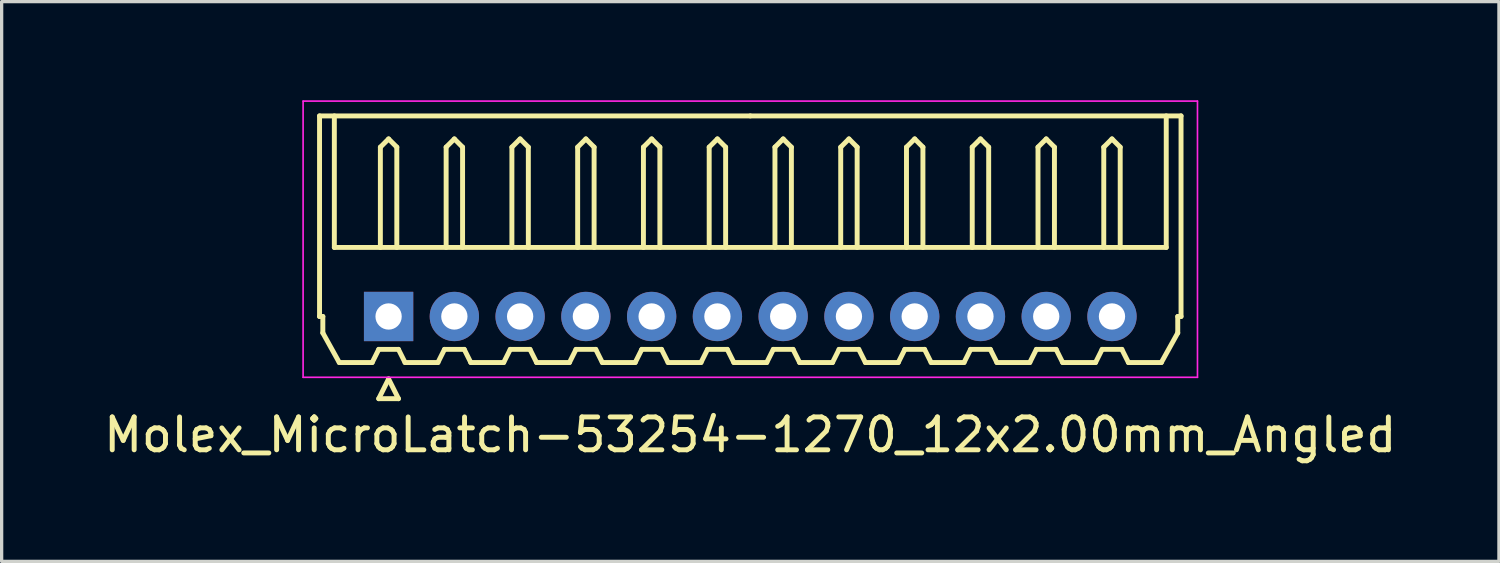
<source format=kicad_pcb>
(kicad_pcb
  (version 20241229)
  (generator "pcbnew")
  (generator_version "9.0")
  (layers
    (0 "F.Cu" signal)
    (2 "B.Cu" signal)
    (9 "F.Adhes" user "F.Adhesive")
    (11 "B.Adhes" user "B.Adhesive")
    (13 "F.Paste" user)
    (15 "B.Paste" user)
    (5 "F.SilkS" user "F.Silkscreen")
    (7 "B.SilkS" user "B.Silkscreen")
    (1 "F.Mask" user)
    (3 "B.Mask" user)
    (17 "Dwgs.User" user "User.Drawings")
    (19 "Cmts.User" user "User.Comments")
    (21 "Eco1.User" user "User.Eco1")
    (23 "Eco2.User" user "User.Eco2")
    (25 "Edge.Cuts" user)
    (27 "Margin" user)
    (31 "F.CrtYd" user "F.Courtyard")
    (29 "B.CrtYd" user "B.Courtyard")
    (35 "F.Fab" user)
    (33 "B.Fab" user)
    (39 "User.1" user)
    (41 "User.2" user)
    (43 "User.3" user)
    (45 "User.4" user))
  (footprint "Molex_MicroLatch-53254-1270_12x2.00mm_Angled"
    (layer "F.Cu")
    (at 8.768 6.575)
    (property "Reference" "Molex_MicroLatch-53254-1270_12x2.00mm_Angled" (at 11 3.6 0) (layer "F.SilkS") (effects (font (size 1 1) (thickness 0.15))))
    (attr through_hole)
    (fp_line (start -2.1 -6.1) (end 11 -6.1) (stroke (width 0.15) (type solid)) (layer "F.SilkS"))
    (fp_line (start -2.1 0) (end -2.1 -6.1) (stroke (width 0.15) (type solid)) (layer "F.SilkS"))
    (fp_line (start -2 0) (end -2.1 0) (stroke (width 0.15) (type solid)) (layer "F.SilkS"))
    (fp_line (start -2 0.5) (end -2 0) (stroke (width 0.15) (type solid)) (layer "F.SilkS"))
    (fp_line (start -1.65 -6.1) (end -1.65 -2.1) (stroke (width 0.15) (type solid)) (layer "F.SilkS"))
    (fp_line (start -1.65 -2.1) (end 23.65 -2.1) (stroke (width 0.15) (type solid)) (layer "F.SilkS"))
    (fp_line (start -1.5 1.4) (end -2 0.5) (stroke (width 0.15) (type solid)) (layer "F.SilkS"))
    (fp_line (start -0.5 1.4) (end -1.5 1.4) (stroke (width 0.15) (type solid)) (layer "F.SilkS"))
    (fp_line (start -0.3 1) (end -0.5 1.4) (stroke (width 0.15) (type solid)) (layer "F.SilkS"))
    (fp_line (start -0.3 1) (end 0.3 1) (stroke (width 0.15) (type solid)) (layer "F.SilkS"))
    (fp_line (start -0.3 2.5) (end 0.3 2.5) (stroke (width 0.15) (type solid)) (layer "F.SilkS"))
    (fp_line (start -0.25 -5.15) (end 0 -5.4) (stroke (width 0.15) (type solid)) (layer "F.SilkS"))
    (fp_line (start -0.25 -2.1) (end -0.25 -5.15) (stroke (width 0.15) (type solid)) (layer "F.SilkS"))
    (fp_line (start 0 -5.4) (end 0.25 -5.15) (stroke (width 0.15) (type solid)) (layer "F.SilkS"))
    (fp_line (start 0 1.9) (end -0.3 2.5) (stroke (width 0.15) (type solid)) (layer "F.SilkS"))
    (fp_line (start 0.25 -5.15) (end 0.25 -2.1) (stroke (width 0.15) (type solid)) (layer "F.SilkS"))
    (fp_line (start 0.3 1) (end 0.5 1.4) (stroke (width 0.15) (type solid)) (layer "F.SilkS"))
    (fp_line (start 0.3 2.5) (end 0 1.9) (stroke (width 0.15) (type solid)) (layer "F.SilkS"))
    (fp_line (start 0.5 1.4) (end 1.5 1.4) (stroke (width 0.15) (type solid)) (layer "F.SilkS"))
    (fp_line (start 1.5 1.4) (end 1.7 1) (stroke (width 0.15) (type solid)) (layer "F.SilkS"))
    (fp_line (start 1.7 1) (end 2.3 1) (stroke (width 0.15) (type solid)) (layer "F.SilkS"))
    (fp_line (start 1.75 -5.15) (end 2 -5.4) (stroke (width 0.15) (type solid)) (layer "F.SilkS"))
    (fp_line (start 1.75 -2.1) (end 1.75 -5.15) (stroke (width 0.15) (type solid)) (layer "F.SilkS"))
    (fp_line (start 2 -5.4) (end 2.25 -5.15) (stroke (width 0.15) (type solid)) (layer "F.SilkS"))
    (fp_line (start 2.25 -5.15) (end 2.25 -2.1) (stroke (width 0.15) (type solid)) (layer "F.SilkS"))
    (fp_line (start 2.3 1) (end 2.5 1.4) (stroke (width 0.15) (type solid)) (layer "F.SilkS"))
    (fp_line (start 2.5 1.4) (end 3.5 1.4) (stroke (width 0.15) (type solid)) (layer "F.SilkS"))
    (fp_line (start 3.5 1.4) (end 3.7 1) (stroke (width 0.15) (type solid)) (layer "F.SilkS"))
    (fp_line (start 3.7 1) (end 4.3 1) (stroke (width 0.15) (type solid)) (layer "F.SilkS"))
    (fp_line (start 3.75 -5.15) (end 4 -5.4) (stroke (width 0.15) (type solid)) (layer "F.SilkS"))
    (fp_line (start 3.75 -2.1) (end 3.75 -5.15) (stroke (width 0.15) (type solid)) (layer "F.SilkS"))
    (fp_line (start 4 -5.4) (end 4.25 -5.15) (stroke (width 0.15) (type solid)) (layer "F.SilkS"))
    (fp_line (start 4.25 -5.15) (end 4.25 -2.1) (stroke (width 0.15) (type solid)) (layer "F.SilkS"))
    (fp_line (start 4.3 1) (end 4.5 1.4) (stroke (width 0.15) (type solid)) (layer "F.SilkS"))
    (fp_line (start 4.5 1.4) (end 5.5 1.4) (stroke (width 0.15) (type solid)) (layer "F.SilkS"))
    (fp_line (start 5.5 1.4) (end 5.7 1) (stroke (width 0.15) (type solid)) (layer "F.SilkS"))
    (fp_line (start 5.7 1) (end 6.3 1) (stroke (width 0.15) (type solid)) (layer "F.SilkS"))
    (fp_line (start 5.75 -5.15) (end 6 -5.4) (stroke (width 0.15) (type solid)) (layer "F.SilkS"))
    (fp_line (start 5.75 -2.1) (end 5.75 -5.15) (stroke (width 0.15) (type solid)) (layer "F.SilkS"))
    (fp_line (start 6 -5.4) (end 6.25 -5.15) (stroke (width 0.15) (type solid)) (layer "F.SilkS"))
    (fp_line (start 6.25 -5.15) (end 6.25 -2.1) (stroke (width 0.15) (type solid)) (layer "F.SilkS"))
    (fp_line (start 6.3 1) (end 6.5 1.4) (stroke (width 0.15) (type solid)) (layer "F.SilkS"))
    (fp_line (start 6.5 1.4) (end 7.5 1.4) (stroke (width 0.15) (type solid)) (layer "F.SilkS"))
    (fp_line (start 7.5 1.4) (end 7.7 1) (stroke (width 0.15) (type solid)) (layer "F.SilkS"))
    (fp_line (start 7.7 1) (end 8.3 1) (stroke (width 0.15) (type solid)) (layer "F.SilkS"))
    (fp_line (start 7.75 -5.15) (end 8 -5.4) (stroke (width 0.15) (type solid)) (layer "F.SilkS"))
    (fp_line (start 7.75 -2.1) (end 7.75 -5.15) (stroke (width 0.15) (type solid)) (layer "F.SilkS"))
    (fp_line (start 8 -5.4) (end 8.25 -5.15) (stroke (width 0.15) (type solid)) (layer "F.SilkS"))
    (fp_line (start 8.25 -5.15) (end 8.25 -2.1) (stroke (width 0.15) (type solid)) (layer "F.SilkS"))
    (fp_line (start 8.3 1) (end 8.5 1.4) (stroke (width 0.15) (type solid)) (layer "F.SilkS"))
    (fp_line (start 8.5 1.4) (end 9.5 1.4) (stroke (width 0.15) (type solid)) (layer "F.SilkS"))
    (fp_line (start 9.5 1.4) (end 9.7 1) (stroke (width 0.15) (type solid)) (layer "F.SilkS"))
    (fp_line (start 9.7 1) (end 10.3 1) (stroke (width 0.15) (type solid)) (layer "F.SilkS"))
    (fp_line (start 9.75 -5.15) (end 10 -5.4) (stroke (width 0.15) (type solid)) (layer "F.SilkS"))
    (fp_line (start 9.75 -2.1) (end 9.75 -5.15) (stroke (width 0.15) (type solid)) (layer "F.SilkS"))
    (fp_line (start 10 -5.4) (end 10.25 -5.15) (stroke (width 0.15) (type solid)) (layer "F.SilkS"))
    (fp_line (start 10.25 -5.15) (end 10.25 -2.1) (stroke (width 0.15) (type solid)) (layer "F.SilkS"))
    (fp_line (start 10.3 1) (end 10.5 1.4) (stroke (width 0.15) (type solid)) (layer "F.SilkS"))
    (fp_line (start 10.5 1.4) (end 11.5 1.4) (stroke (width 0.15) (type solid)) (layer "F.SilkS"))
    (fp_line (start 11.5 1.4) (end 11.7 1) (stroke (width 0.15) (type solid)) (layer "F.SilkS"))
    (fp_line (start 11.7 1) (end 12.3 1) (stroke (width 0.15) (type solid)) (layer "F.SilkS"))
    (fp_line (start 11.75 -5.15) (end 12 -5.4) (stroke (width 0.15) (type solid)) (layer "F.SilkS"))
    (fp_line (start 11.75 -2.1) (end 11.75 -5.15) (stroke (width 0.15) (type solid)) (layer "F.SilkS"))
    (fp_line (start 12 -5.4) (end 12.25 -5.15) (stroke (width 0.15) (type solid)) (layer "F.SilkS"))
    (fp_line (start 12.25 -5.15) (end 12.25 -2.1) (stroke (width 0.15) (type solid)) (layer "F.SilkS"))
    (fp_line (start 12.3 1) (end 12.5 1.4) (stroke (width 0.15) (type solid)) (layer "F.SilkS"))
    (fp_line (start 12.5 1.4) (end 13.5 1.4) (stroke (width 0.15) (type solid)) (layer "F.SilkS"))
    (fp_line (start 13.5 1.4) (end 13.7 1) (stroke (width 0.15) (type solid)) (layer "F.SilkS"))
    (fp_line (start 13.7 1) (end 14.3 1) (stroke (width 0.15) (type solid)) (layer "F.SilkS"))
    (fp_line (start 13.75 -5.15) (end 14 -5.4) (stroke (width 0.15) (type solid)) (layer "F.SilkS"))
    (fp_line (start 13.75 -2.1) (end 13.75 -5.15) (stroke (width 0.15) (type solid)) (layer "F.SilkS"))
    (fp_line (start 14 -5.4) (end 14.25 -5.15) (stroke (width 0.15) (type solid)) (layer "F.SilkS"))
    (fp_line (start 14.25 -5.15) (end 14.25 -2.1) (stroke (width 0.15) (type solid)) (layer "F.SilkS"))
    (fp_line (start 14.3 1) (end 14.5 1.4) (stroke (width 0.15) (type solid)) (layer "F.SilkS"))
    (fp_line (start 14.5 1.4) (end 15.5 1.4) (stroke (width 0.15) (type solid)) (layer "F.SilkS"))
    (fp_line (start 15.5 1.4) (end 15.7 1) (stroke (width 0.15) (type solid)) (layer "F.SilkS"))
    (fp_line (start 15.7 1) (end 16.3 1) (stroke (width 0.15) (type solid)) (layer "F.SilkS"))
    (fp_line (start 15.75 -5.15) (end 16 -5.4) (stroke (width 0.15) (type solid)) (layer "F.SilkS"))
    (fp_line (start 15.75 -2.1) (end 15.75 -5.15) (stroke (width 0.15) (type solid)) (layer "F.SilkS"))
    (fp_line (start 16 -5.4) (end 16.25 -5.15) (stroke (width 0.15) (type solid)) (layer "F.SilkS"))
    (fp_line (start 16.25 -5.15) (end 16.25 -2.1) (stroke (width 0.15) (type solid)) (layer "F.SilkS"))
    (fp_line (start 16.3 1) (end 16.5 1.4) (stroke (width 0.15) (type solid)) (layer "F.SilkS"))
    (fp_line (start 16.5 1.4) (end 17.5 1.4) (stroke (width 0.15) (type solid)) (layer "F.SilkS"))
    (fp_line (start 17.5 1.4) (end 17.7 1) (stroke (width 0.15) (type solid)) (layer "F.SilkS"))
    (fp_line (start 17.7 1) (end 18.3 1) (stroke (width 0.15) (type solid)) (layer "F.SilkS"))
    (fp_line (start 17.75 -5.15) (end 18 -5.4) (stroke (width 0.15) (type solid)) (layer "F.SilkS"))
    (fp_line (start 17.75 -2.1) (end 17.75 -5.15) (stroke (width 0.15) (type solid)) (layer "F.SilkS"))
    (fp_line (start 18 -5.4) (end 18.25 -5.15) (stroke (width 0.15) (type solid)) (layer "F.SilkS"))
    (fp_line (start 18.25 -5.15) (end 18.25 -2.1) (stroke (width 0.15) (type solid)) (layer "F.SilkS"))
    (fp_line (start 18.3 1) (end 18.5 1.4) (stroke (width 0.15) (type solid)) (layer "F.SilkS"))
    (fp_line (start 18.5 1.4) (end 19.5 1.4) (stroke (width 0.15) (type solid)) (layer "F.SilkS"))
    (fp_line (start 19.5 1.4) (end 19.7 1) (stroke (width 0.15) (type solid)) (layer "F.SilkS"))
    (fp_line (start 19.7 1) (end 20.3 1) (stroke (width 0.15) (type solid)) (layer "F.SilkS"))
    (fp_line (start 19.75 -5.15) (end 20 -5.4) (stroke (width 0.15) (type solid)) (layer "F.SilkS"))
    (fp_line (start 19.75 -2.1) (end 19.75 -5.15) (stroke (width 0.15) (type solid)) (layer "F.SilkS"))
    (fp_line (start 20 -5.4) (end 20.25 -5.15) (stroke (width 0.15) (type solid)) (layer "F.SilkS"))
    (fp_line (start 20.25 -5.15) (end 20.25 -2.1) (stroke (width 0.15) (type solid)) (layer "F.SilkS"))
    (fp_line (start 20.3 1) (end 20.5 1.4) (stroke (width 0.15) (type solid)) (layer "F.SilkS"))
    (fp_line (start 20.5 1.4) (end 21.5 1.4) (stroke (width 0.15) (type solid)) (layer "F.SilkS"))
    (fp_line (start 21.5 1.4) (end 21.7 1) (stroke (width 0.15) (type solid)) (layer "F.SilkS"))
    (fp_line (start 21.7 1) (end 22.3 1) (stroke (width 0.15) (type solid)) (layer "F.SilkS"))
    (fp_line (start 21.75 -5.15) (end 22 -5.4) (stroke (width 0.15) (type solid)) (layer "F.SilkS"))
    (fp_line (start 21.75 -2.1) (end 21.75 -5.15) (stroke (width 0.15) (type solid)) (layer "F.SilkS"))
    (fp_line (start 22 -5.4) (end 22.25 -5.15) (stroke (width 0.15) (type solid)) (layer "F.SilkS"))
    (fp_line (start 22.25 -5.15) (end 22.25 -2.1) (stroke (width 0.15) (type solid)) (layer "F.SilkS"))
    (fp_line (start 22.3 1) (end 22.5 1.4) (stroke (width 0.15) (type solid)) (layer "F.SilkS"))
    (fp_line (start 22.5 1.4) (end 23.5 1.4) (stroke (width 0.15) (type solid)) (layer "F.SilkS"))
    (fp_line (start 23.5 1.4) (end 24 0.5) (stroke (width 0.15) (type solid)) (layer "F.SilkS"))
    (fp_line (start 23.65 -2.1) (end 23.65 -6.1) (stroke (width 0.15) (type solid)) (layer "F.SilkS"))
    (fp_line (start 24 0) (end 24.1 0) (stroke (width 0.15) (type solid)) (layer "F.SilkS"))
    (fp_line (start 24 0.5) (end 24 0) (stroke (width 0.15) (type solid)) (layer "F.SilkS"))
    (fp_line (start 24.1 -6.1) (end 11 -6.1) (stroke (width 0.15) (type solid)) (layer "F.SilkS"))
    (fp_line (start 24.1 0) (end 24.1 -6.1) (stroke (width 0.15) (type solid)) (layer "F.SilkS"))
    (fp_line (start -2.6 -6.55) (end -2.6 1.85) (stroke (width 0.05) (type solid)) (layer "F.CrtYd"))
    (fp_line (start -2.6 1.85) (end 24.6 1.85) (stroke (width 0.05) (type solid)) (layer "F.CrtYd"))
    (fp_line (start 24.6 -6.55) (end -2.6 -6.55) (stroke (width 0.05) (type solid)) (layer "F.CrtYd"))
    (fp_line (start 24.6 1.85) (end 24.6 -6.55) (stroke (width 0.05) (type solid)) (layer "F.CrtYd"))
    (pad "1" thru_hole rect (at 0 0) (size 1.5 1.5) (drill 0.8) (layers "*.Cu" "*.Mask"))
    (pad "2" thru_hole circle (at 2 0) (size 1.5 1.5) (drill 0.8) (layers "*.Cu" "*.Mask"))
    (pad "3" thru_hole circle (at 4 0) (size 1.5 1.5) (drill 0.8) (layers "*.Cu" "*.Mask"))
    (pad "4" thru_hole circle (at 6 0) (size 1.5 1.5) (drill 0.8) (layers "*.Cu" "*.Mask"))
    (pad "5" thru_hole circle (at 8 0) (size 1.5 1.5) (drill 0.8) (layers "*.Cu" "*.Mask"))
    (pad "6" thru_hole circle (at 10 0) (size 1.5 1.5) (drill 0.8) (layers "*.Cu" "*.Mask"))
    (pad "7" thru_hole circle (at 12 0) (size 1.5 1.5) (drill 0.8) (layers "*.Cu" "*.Mask"))
    (pad "8" thru_hole circle (at 14 0) (size 1.5 1.5) (drill 0.8) (layers "*.Cu" "*.Mask"))
    (pad "9" thru_hole circle (at 16 0) (size 1.5 1.5) (drill 0.8) (layers "*.Cu" "*.Mask"))
    (pad "10" thru_hole circle (at 18 0) (size 1.5 1.5) (drill 0.8) (layers "*.Cu" "*.Mask"))
    (pad "11" thru_hole circle (at 20 0) (size 1.5 1.5) (drill 0.8) (layers "*.Cu" "*.Mask"))
    (pad "12" thru_hole circle (at 22 0) (size 1.5 1.5) (drill 0.8) (layers "*.Cu" "*.Mask")))
  (gr_rect
    (start -3 -3)
    (end 42.536 14.023)
    (stroke (width 0.1) (type default))
    (fill no)
    (layer "Edge.Cuts")))
</source>
